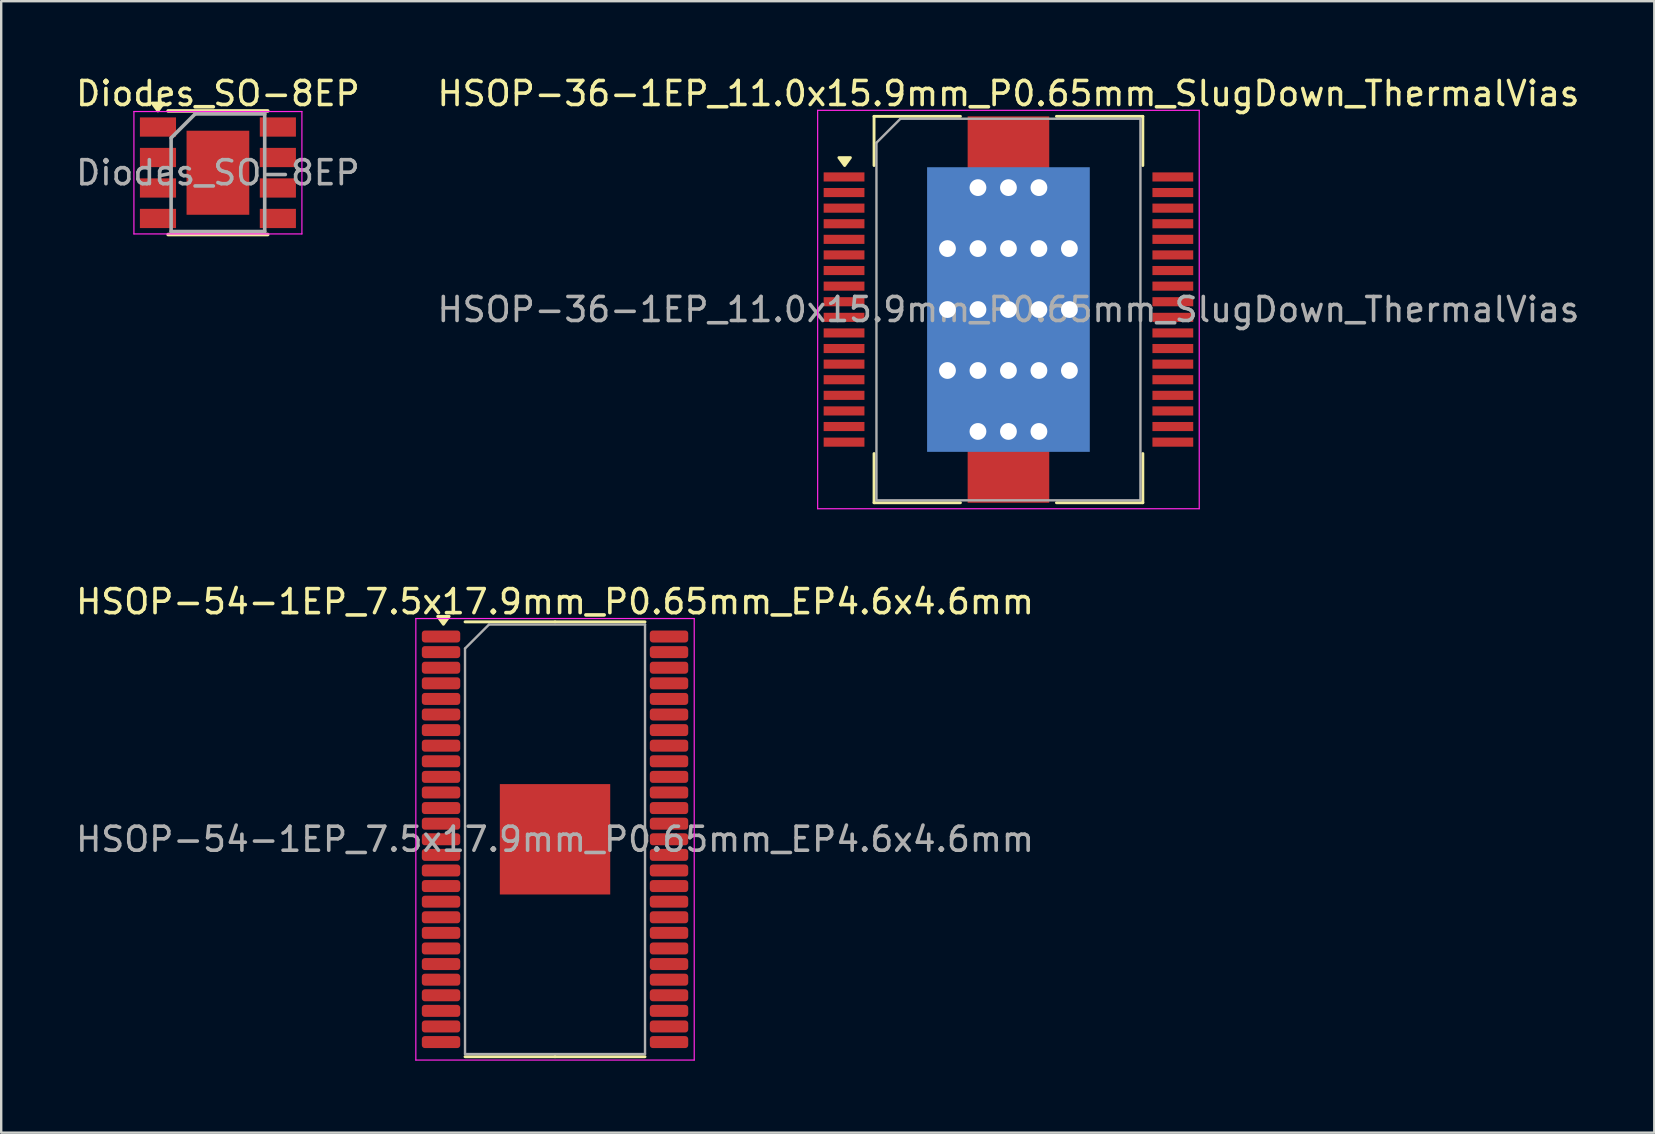
<source format=kicad_pcb>
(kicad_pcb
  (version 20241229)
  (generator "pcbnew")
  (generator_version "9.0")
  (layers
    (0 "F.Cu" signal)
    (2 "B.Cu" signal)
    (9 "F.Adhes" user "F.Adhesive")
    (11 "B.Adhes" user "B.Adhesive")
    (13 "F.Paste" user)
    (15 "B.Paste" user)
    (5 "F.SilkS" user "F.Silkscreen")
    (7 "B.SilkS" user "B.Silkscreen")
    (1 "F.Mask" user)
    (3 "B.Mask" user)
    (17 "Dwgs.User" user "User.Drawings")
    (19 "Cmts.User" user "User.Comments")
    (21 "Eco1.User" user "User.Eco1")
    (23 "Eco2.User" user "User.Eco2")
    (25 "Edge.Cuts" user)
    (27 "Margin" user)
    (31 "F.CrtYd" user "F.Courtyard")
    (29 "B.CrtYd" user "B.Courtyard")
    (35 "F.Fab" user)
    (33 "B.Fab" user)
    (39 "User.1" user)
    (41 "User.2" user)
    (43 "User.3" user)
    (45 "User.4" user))
  (footprint "HSOP-54-1EP_7.5x17.9mm_P0.65mm_EP4.6x4.6mm"
    (layer "F.Cu")
    (at 20.077 31.922)
    (property "Reference" "HSOP-54-1EP_7.5x17.9mm_P0.65mm_EP4.6x4.6mm" (at 0 -9.9 0) (layer "F.SilkS") (effects (font (size 1 1) (thickness 0.15))))
    (attr smd)
    (fp_line (start 0 -9.06) (end -3.75 -9.06) (stroke (width 0.12) (type solid)) (layer "F.SilkS"))
    (fp_line (start 0 -9.06) (end 3.75 -9.06) (stroke (width 0.12) (type solid)) (layer "F.SilkS"))
    (fp_line (start 0 9.06) (end -3.75 9.06) (stroke (width 0.12) (type solid)) (layer "F.SilkS"))
    (fp_line (start 0 9.06) (end 3.75 9.06) (stroke (width 0.12) (type solid)) (layer "F.SilkS"))
    (fp_poly (pts (xy -4.65 -8.96) (xy -4.89 -9.29) (xy -4.41 -9.29) (xy -4.65 -8.96)) (stroke (width 0.12) (type solid)) (fill yes) (layer "F.SilkS"))
    (fp_line (start -5.8 -9.2) (end -5.8 9.2) (stroke (width 0.05) (type solid)) (layer "F.CrtYd"))
    (fp_line (start -5.8 9.2) (end 5.8 9.2) (stroke (width 0.05) (type solid)) (layer "F.CrtYd"))
    (fp_line (start 5.8 -9.2) (end -5.8 -9.2) (stroke (width 0.05) (type solid)) (layer "F.CrtYd"))
    (fp_line (start 5.8 9.2) (end 5.8 -9.2) (stroke (width 0.05) (type solid)) (layer "F.CrtYd"))
    (fp_line (start -3.75 -7.95) (end -2.75 -8.95) (stroke (width 0.1) (type solid)) (layer "F.Fab"))
    (fp_line (start -3.75 8.95) (end -3.75 -7.95) (stroke (width 0.1) (type solid)) (layer "F.Fab"))
    (fp_line (start -2.75 -8.95) (end 3.75 -8.95) (stroke (width 0.1) (type solid)) (layer "F.Fab"))
    (fp_line (start 3.75 -8.95) (end 3.75 8.95) (stroke (width 0.1) (type solid)) (layer "F.Fab"))
    (fp_line (start 3.75 8.95) (end -3.75 8.95) (stroke (width 0.1) (type solid)) (layer "F.Fab"))
    (fp_text user "${REFERENCE}" (at 0 0 0) (layer "F.Fab") (effects (font (size 1 1) (thickness 0.15))))
    (pad "" smd roundrect (at -1.15 -1.15) (size 1.85 1.85) (layers "F.Paste") (roundrect_rratio 0.135))
    (pad "" smd roundrect (at -1.15 1.15) (size 1.85 1.85) (layers "F.Paste") (roundrect_rratio 0.135))
    (pad "" smd roundrect (at 1.15 -1.15) (size 1.85 1.85) (layers "F.Paste") (roundrect_rratio 0.135))
    (pad "" smd roundrect (at 1.15 1.15) (size 1.85 1.85) (layers "F.Paste") (roundrect_rratio 0.135))
    (pad "1" smd roundrect (at -4.75 -8.45) (size 1.6 0.5) (layers "F.Cu" "F.Mask" "F.Paste") (roundrect_rratio 0.25))
    (pad "2" smd roundrect (at -4.75 -7.8) (size 1.6 0.5) (layers "F.Cu" "F.Mask" "F.Paste") (roundrect_rratio 0.25))
    (pad "3" smd roundrect (at -4.75 -7.15) (size 1.6 0.5) (layers "F.Cu" "F.Mask" "F.Paste") (roundrect_rratio 0.25))
    (pad "4" smd roundrect (at -4.75 -6.5) (size 1.6 0.5) (layers "F.Cu" "F.Mask" "F.Paste") (roundrect_rratio 0.25))
    (pad "5" smd roundrect (at -4.75 -5.85) (size 1.6 0.5) (layers "F.Cu" "F.Mask" "F.Paste") (roundrect_rratio 0.25))
    (pad "6" smd roundrect (at -4.75 -5.2) (size 1.6 0.5) (layers "F.Cu" "F.Mask" "F.Paste") (roundrect_rratio 0.25))
    (pad "7" smd roundrect (at -4.75 -4.55) (size 1.6 0.5) (layers "F.Cu" "F.Mask" "F.Paste") (roundrect_rratio 0.25))
    (pad "8" smd roundrect (at -4.75 -3.9) (size 1.6 0.5) (layers "F.Cu" "F.Mask" "F.Paste") (roundrect_rratio 0.25))
    (pad "9" smd roundrect (at -4.75 -3.25) (size 1.6 0.5) (layers "F.Cu" "F.Mask" "F.Paste") (roundrect_rratio 0.25))
    (pad "10" smd roundrect (at -4.75 -2.6) (size 1.6 0.5) (layers "F.Cu" "F.Mask" "F.Paste") (roundrect_rratio 0.25))
    (pad "11" smd roundrect (at -4.75 -1.95) (size 1.6 0.5) (layers "F.Cu" "F.Mask" "F.Paste") (roundrect_rratio 0.25))
    (pad "12" smd roundrect (at -4.75 -1.3) (size 1.6 0.5) (layers "F.Cu" "F.Mask" "F.Paste") (roundrect_rratio 0.25))
    (pad "13" smd roundrect (at -4.75 -0.65) (size 1.6 0.5) (layers "F.Cu" "F.Mask" "F.Paste") (roundrect_rratio 0.25))
    (pad "14" smd roundrect (at -4.75 0) (size 1.6 0.5) (layers "F.Cu" "F.Mask" "F.Paste") (roundrect_rratio 0.25))
    (pad "15" smd roundrect (at -4.75 0.65) (size 1.6 0.5) (layers "F.Cu" "F.Mask" "F.Paste") (roundrect_rratio 0.25))
    (pad "16" smd roundrect (at -4.75 1.3) (size 1.6 0.5) (layers "F.Cu" "F.Mask" "F.Paste") (roundrect_rratio 0.25))
    (pad "17" smd roundrect (at -4.75 1.95) (size 1.6 0.5) (layers "F.Cu" "F.Mask" "F.Paste") (roundrect_rratio 0.25))
    (pad "18" smd roundrect (at -4.75 2.6) (size 1.6 0.5) (layers "F.Cu" "F.Mask" "F.Paste") (roundrect_rratio 0.25))
    (pad "19" smd roundrect (at -4.75 3.25) (size 1.6 0.5) (layers "F.Cu" "F.Mask" "F.Paste") (roundrect_rratio 0.25))
    (pad "20" smd roundrect (at -4.75 3.9) (size 1.6 0.5) (layers "F.Cu" "F.Mask" "F.Paste") (roundrect_rratio 0.25))
    (pad "21" smd roundrect (at -4.75 4.55) (size 1.6 0.5) (layers "F.Cu" "F.Mask" "F.Paste") (roundrect_rratio 0.25))
    (pad "22" smd roundrect (at -4.75 5.2) (size 1.6 0.5) (layers "F.Cu" "F.Mask" "F.Paste") (roundrect_rratio 0.25))
    (pad "23" smd roundrect (at -4.75 5.85) (size 1.6 0.5) (layers "F.Cu" "F.Mask" "F.Paste") (roundrect_rratio 0.25))
    (pad "24" smd roundrect (at -4.75 6.5) (size 1.6 0.5) (layers "F.Cu" "F.Mask" "F.Paste") (roundrect_rratio 0.25))
    (pad "25" smd roundrect (at -4.75 7.15) (size 1.6 0.5) (layers "F.Cu" "F.Mask" "F.Paste") (roundrect_rratio 0.25))
    (pad "26" smd roundrect (at -4.75 7.8) (size 1.6 0.5) (layers "F.Cu" "F.Mask" "F.Paste") (roundrect_rratio 0.25))
    (pad "27" smd roundrect (at -4.75 8.45) (size 1.6 0.5) (layers "F.Cu" "F.Mask" "F.Paste") (roundrect_rratio 0.25))
    (pad "28" smd roundrect (at 4.75 8.45) (size 1.6 0.5) (layers "F.Cu" "F.Mask" "F.Paste") (roundrect_rratio 0.25))
    (pad "29" smd roundrect (at 4.75 7.8) (size 1.6 0.5) (layers "F.Cu" "F.Mask" "F.Paste") (roundrect_rratio 0.25))
    (pad "30" smd roundrect (at 4.75 7.15) (size 1.6 0.5) (layers "F.Cu" "F.Mask" "F.Paste") (roundrect_rratio 0.25))
    (pad "31" smd roundrect (at 4.75 6.5) (size 1.6 0.5) (layers "F.Cu" "F.Mask" "F.Paste") (roundrect_rratio 0.25))
    (pad "32" smd roundrect (at 4.75 5.85) (size 1.6 0.5) (layers "F.Cu" "F.Mask" "F.Paste") (roundrect_rratio 0.25))
    (pad "33" smd roundrect (at 4.75 5.2) (size 1.6 0.5) (layers "F.Cu" "F.Mask" "F.Paste") (roundrect_rratio 0.25))
    (pad "34" smd roundrect (at 4.75 4.55) (size 1.6 0.5) (layers "F.Cu" "F.Mask" "F.Paste") (roundrect_rratio 0.25))
    (pad "35" smd roundrect (at 4.75 3.9) (size 1.6 0.5) (layers "F.Cu" "F.Mask" "F.Paste") (roundrect_rratio 0.25))
    (pad "36" smd roundrect (at 4.75 3.25) (size 1.6 0.5) (layers "F.Cu" "F.Mask" "F.Paste") (roundrect_rratio 0.25))
    (pad "37" smd roundrect (at 4.75 2.6) (size 1.6 0.5) (layers "F.Cu" "F.Mask" "F.Paste") (roundrect_rratio 0.25))
    (pad "38" smd roundrect (at 4.75 1.95) (size 1.6 0.5) (layers "F.Cu" "F.Mask" "F.Paste") (roundrect_rratio 0.25))
    (pad "39" smd roundrect (at 4.75 1.3) (size 1.6 0.5) (layers "F.Cu" "F.Mask" "F.Paste") (roundrect_rratio 0.25))
    (pad "40" smd roundrect (at 4.75 0.65) (size 1.6 0.5) (layers "F.Cu" "F.Mask" "F.Paste") (roundrect_rratio 0.25))
    (pad "41" smd roundrect (at 4.75 0) (size 1.6 0.5) (layers "F.Cu" "F.Mask" "F.Paste") (roundrect_rratio 0.25))
    (pad "42" smd roundrect (at 4.75 -0.65) (size 1.6 0.5) (layers "F.Cu" "F.Mask" "F.Paste") (roundrect_rratio 0.25))
    (pad "43" smd roundrect (at 4.75 -1.3) (size 1.6 0.5) (layers "F.Cu" "F.Mask" "F.Paste") (roundrect_rratio 0.25))
    (pad "44" smd roundrect (at 4.75 -1.95) (size 1.6 0.5) (layers "F.Cu" "F.Mask" "F.Paste") (roundrect_rratio 0.25))
    (pad "45" smd roundrect (at 4.75 -2.6) (size 1.6 0.5) (layers "F.Cu" "F.Mask" "F.Paste") (roundrect_rratio 0.25))
    (pad "46" smd roundrect (at 4.75 -3.25) (size 1.6 0.5) (layers "F.Cu" "F.Mask" "F.Paste") (roundrect_rratio 0.25))
    (pad "47" smd roundrect (at 4.75 -3.9) (size 1.6 0.5) (layers "F.Cu" "F.Mask" "F.Paste") (roundrect_rratio 0.25))
    (pad "48" smd roundrect (at 4.75 -4.55) (size 1.6 0.5) (layers "F.Cu" "F.Mask" "F.Paste") (roundrect_rratio 0.25))
    (pad "49" smd roundrect (at 4.75 -5.2) (size 1.6 0.5) (layers "F.Cu" "F.Mask" "F.Paste") (roundrect_rratio 0.25))
    (pad "50" smd roundrect (at 4.75 -5.85) (size 1.6 0.5) (layers "F.Cu" "F.Mask" "F.Paste") (roundrect_rratio 0.25))
    (pad "51" smd roundrect (at 4.75 -6.5) (size 1.6 0.5) (layers "F.Cu" "F.Mask" "F.Paste") (roundrect_rratio 0.25))
    (pad "52" smd roundrect (at 4.75 -7.15) (size 1.6 0.5) (layers "F.Cu" "F.Mask" "F.Paste") (roundrect_rratio 0.25))
    (pad "53" smd roundrect (at 4.75 -7.8) (size 1.6 0.5) (layers "F.Cu" "F.Mask" "F.Paste") (roundrect_rratio 0.25))
    (pad "54" smd roundrect (at 4.75 -8.45) (size 1.6 0.5) (layers "F.Cu" "F.Mask" "F.Paste") (roundrect_rratio 0.25))
    (pad "55" smd rect (at 0 0) (size 4.6 4.6) (property pad_prop_heatsink) (layers "F.Cu" "F.Mask")))
  (footprint "Diodes_SO-8EP"
    (layer "F.Cu")
    (at 6.03 4.148)
    (property "Reference" "Diodes_SO-8EP" (at 0 -3.3 0) (layer "F.SilkS") (effects (font (size 1 1) (thickness 0.15))))
    (attr smd)
    (fp_line (start -2.075 -2.575) (end 2.075 -2.575) (stroke (width 0.15) (type solid)) (layer "F.SilkS"))
    (fp_line (start -2.075 2.575) (end 2.075 2.575) (stroke (width 0.15) (type solid)) (layer "F.SilkS"))
    (fp_poly (pts (xy -2.5 -2.575) (xy -2.74 -2.905) (xy -2.26 -2.905) (xy -2.5 -2.575)) (stroke (width 0.12) (type solid)) (fill yes) (layer "F.SilkS"))
    (fp_line (start -3.5 -2.55) (end -3.5 2.55) (stroke (width 0.05) (type solid)) (layer "F.CrtYd"))
    (fp_line (start -3.5 -2.55) (end 3.5 -2.55) (stroke (width 0.05) (type solid)) (layer "F.CrtYd"))
    (fp_line (start -3.5 2.55) (end 3.5 2.55) (stroke (width 0.05) (type solid)) (layer "F.CrtYd"))
    (fp_line (start 3.5 -2.55) (end 3.5 2.55) (stroke (width 0.05) (type solid)) (layer "F.CrtYd"))
    (fp_line (start -1.95 -1.45) (end -0.95 -2.45) (stroke (width 0.15) (type solid)) (layer "F.Fab"))
    (fp_line (start -1.95 2.45) (end -1.95 -1.45) (stroke (width 0.15) (type solid)) (layer "F.Fab"))
    (fp_line (start -0.95 -2.45) (end 1.95 -2.45) (stroke (width 0.15) (type solid)) (layer "F.Fab"))
    (fp_line (start 1.95 -2.45) (end 1.95 2.45) (stroke (width 0.15) (type solid)) (layer "F.Fab"))
    (fp_line (start 1.95 2.45) (end -1.95 2.45) (stroke (width 0.15) (type solid)) (layer "F.Fab"))
    (fp_text user "${REFERENCE}" (at 0 0 0) (layer "F.Fab") (effects (font (size 1 1) (thickness 0.15))))
    (pad "1" smd rect (at -2.498 -1.905) (size 1.505 0.802) (layers "F.Cu" "F.Mask" "F.Paste"))
    (pad "2" smd rect (at -2.498 -0.635) (size 1.505 0.802) (layers "F.Cu" "F.Mask" "F.Paste"))
    (pad "3" smd rect (at -2.498 0.635) (size 1.505 0.802) (layers "F.Cu" "F.Mask" "F.Paste"))
    (pad "4" smd rect (at -2.498 1.905) (size 1.505 0.802) (layers "F.Cu" "F.Mask" "F.Paste"))
    (pad "5" smd rect (at 2.498 1.905) (size 1.505 0.802) (layers "F.Cu" "F.Mask" "F.Paste"))
    (pad "6" smd rect (at 2.498 0.635) (size 1.505 0.802) (layers "F.Cu" "F.Mask" "F.Paste"))
    (pad "7" smd rect (at 2.498 -0.635) (size 1.505 0.802) (layers "F.Cu" "F.Mask" "F.Paste"))
    (pad "8" smd rect (at 2.498 -1.905) (size 1.505 0.802) (layers "F.Cu" "F.Mask" "F.Paste"))
    (pad "9" smd rect (at 0 0) (size 2.613 3.502) (layers "F.Cu" "F.Mask" "F.Paste")))
  (footprint "HSOP-36-1EP_11.0x15.9mm_P0.65mm_SlugDown_ThermalVias"
    (layer "F.Cu")
    (at 38.97 9.848)
    (property "Reference" "HSOP-36-1EP_11.0x15.9mm_P0.65mm_SlugDown_ThermalVias" (at 0 -9 0) (layer "F.SilkS") (effects (font (size 1 1) (thickness 0.15))))
    (attr smd)
    (fp_line (start -5.6 -8.05) (end -5.6 -6) (stroke (width 0.12) (type solid)) (layer "F.SilkS"))
    (fp_line (start -5.6 8.05) (end -5.6 6) (stroke (width 0.12) (type solid)) (layer "F.SilkS"))
    (fp_line (start -2 -8.05) (end -5.6 -8.05) (stroke (width 0.12) (type solid)) (layer "F.SilkS"))
    (fp_line (start -2 8.05) (end -5.6 8.05) (stroke (width 0.12) (type solid)) (layer "F.SilkS"))
    (fp_line (start 5.6 -8.05) (end 2 -8.05) (stroke (width 0.12) (type solid)) (layer "F.SilkS"))
    (fp_line (start 5.6 -8.05) (end 5.6 -6) (stroke (width 0.12) (type solid)) (layer "F.SilkS"))
    (fp_line (start 5.6 8.05) (end 2 8.05) (stroke (width 0.12) (type solid)) (layer "F.SilkS"))
    (fp_line (start 5.6 8.05) (end 5.6 6) (stroke (width 0.12) (type solid)) (layer "F.SilkS"))
    (fp_poly (pts (xy -6.825 -6) (xy -7.065 -6.33) (xy -6.585 -6.33) (xy -6.825 -6)) (stroke (width 0.12) (type solid)) (fill yes) (layer "F.SilkS"))
    (fp_line (start -7.95 -8.3) (end -7.95 8.3) (stroke (width 0.05) (type solid)) (layer "F.CrtYd"))
    (fp_line (start -7.95 -8.3) (end 7.95 -8.3) (stroke (width 0.05) (type solid)) (layer "F.CrtYd"))
    (fp_line (start 7.95 8.3) (end -7.95 8.3) (stroke (width 0.05) (type solid)) (layer "F.CrtYd"))
    (fp_line (start 7.95 8.3) (end 7.95 -8.3) (stroke (width 0.05) (type solid)) (layer "F.CrtYd"))
    (fp_line (start -5.5 -6.95) (end -5.5 7.95) (stroke (width 0.1) (type solid)) (layer "F.Fab"))
    (fp_line (start -5.5 7.95) (end 5.5 7.95) (stroke (width 0.1) (type solid)) (layer "F.Fab"))
    (fp_line (start -4.5 -7.95) (end -5.5 -6.95) (stroke (width 0.1) (type solid)) (layer "F.Fab"))
    (fp_line (start 5.5 -7.95) (end -4.5 -7.95) (stroke (width 0.1) (type solid)) (layer "F.Fab"))
    (fp_line (start 5.5 7.95) (end 5.5 -7.95) (stroke (width 0.1) (type solid)) (layer "F.Fab"))
    (fp_text user "${REFERENCE}" (at 0 0 0) (layer "F.Fab") (effects (font (size 1 1) (thickness 0.15))))
    (pad "1" smd rect (at -6.85 -5.525) (size 1.7 0.38) (layers "F.Cu" "F.Mask" "F.Paste"))
    (pad "2" smd rect (at -6.85 -4.875) (size 1.7 0.38) (layers "F.Cu" "F.Mask" "F.Paste"))
    (pad "3" smd rect (at -6.85 -4.225) (size 1.7 0.38) (layers "F.Cu" "F.Mask" "F.Paste"))
    (pad "4" smd rect (at -6.85 -3.575) (size 1.7 0.38) (layers "F.Cu" "F.Mask" "F.Paste"))
    (pad "5" smd rect (at -6.85 -2.925) (size 1.7 0.38) (layers "F.Cu" "F.Mask" "F.Paste"))
    (pad "6" smd rect (at -6.85 -2.275) (size 1.7 0.38) (layers "F.Cu" "F.Mask" "F.Paste"))
    (pad "7" smd rect (at -6.85 -1.625) (size 1.7 0.38) (layers "F.Cu" "F.Mask" "F.Paste"))
    (pad "8" smd rect (at -6.85 -0.975) (size 1.7 0.38) (layers "F.Cu" "F.Mask" "F.Paste"))
    (pad "9" smd rect (at -6.85 -0.325) (size 1.7 0.38) (layers "F.Cu" "F.Mask" "F.Paste"))
    (pad "10" smd rect (at -6.85 0.325) (size 1.7 0.38) (layers "F.Cu" "F.Mask" "F.Paste"))
    (pad "11" smd rect (at -6.85 0.975) (size 1.7 0.38) (layers "F.Cu" "F.Mask" "F.Paste"))
    (pad "12" smd rect (at -6.85 1.625) (size 1.7 0.38) (layers "F.Cu" "F.Mask" "F.Paste"))
    (pad "13" smd rect (at -6.85 2.275) (size 1.7 0.38) (layers "F.Cu" "F.Mask" "F.Paste"))
    (pad "14" smd rect (at -6.85 2.925) (size 1.7 0.38) (layers "F.Cu" "F.Mask" "F.Paste"))
    (pad "15" smd rect (at -6.85 3.575) (size 1.7 0.38) (layers "F.Cu" "F.Mask" "F.Paste"))
    (pad "16" smd rect (at -6.85 4.225) (size 1.7 0.38) (layers "F.Cu" "F.Mask" "F.Paste"))
    (pad "17" smd rect (at -6.85 4.875) (size 1.7 0.38) (layers "F.Cu" "F.Mask" "F.Paste"))
    (pad "18" smd rect (at -6.85 5.525) (size 1.7 0.38) (layers "F.Cu" "F.Mask" "F.Paste"))
    (pad "19" smd rect (at 6.85 5.525) (size 1.7 0.38) (layers "F.Cu" "F.Mask" "F.Paste"))
    (pad "20" smd rect (at 6.85 4.875) (size 1.7 0.38) (layers "F.Cu" "F.Mask" "F.Paste"))
    (pad "21" smd rect (at 6.85 4.225) (size 1.7 0.38) (layers "F.Cu" "F.Mask" "F.Paste"))
    (pad "22" smd rect (at 6.85 3.575) (size 1.7 0.38) (layers "F.Cu" "F.Mask" "F.Paste"))
    (pad "23" smd rect (at 6.85 2.925) (size 1.7 0.38) (layers "F.Cu" "F.Mask" "F.Paste"))
    (pad "24" smd rect (at 6.85 2.275) (size 1.7 0.38) (layers "F.Cu" "F.Mask" "F.Paste"))
    (pad "25" smd rect (at 6.85 1.625) (size 1.7 0.38) (layers "F.Cu" "F.Mask" "F.Paste"))
    (pad "26" smd rect (at 6.85 0.975) (size 1.7 0.38) (layers "F.Cu" "F.Mask" "F.Paste"))
    (pad "27" smd rect (at 6.85 0.325) (size 1.7 0.38) (layers "F.Cu" "F.Mask" "F.Paste"))
    (pad "28" smd rect (at 6.85 -0.325) (size 1.7 0.38) (layers "F.Cu" "F.Mask" "F.Paste"))
    (pad "29" smd rect (at 6.85 -0.975) (size 1.7 0.38) (layers "F.Cu" "F.Mask" "F.Paste"))
    (pad "30" smd rect (at 6.85 -1.625) (size 1.7 0.38) (layers "F.Cu" "F.Mask" "F.Paste"))
    (pad "31" smd rect (at 6.85 -2.275) (size 1.7 0.38) (layers "F.Cu" "F.Mask" "F.Paste"))
    (pad "32" smd rect (at 6.85 -2.925) (size 1.7 0.38) (layers "F.Cu" "F.Mask" "F.Paste"))
    (pad "33" smd rect (at 6.85 -3.575) (size 1.7 0.38) (layers "F.Cu" "F.Mask" "F.Paste"))
    (pad "34" smd rect (at 6.85 -4.225) (size 1.7 0.38) (layers "F.Cu" "F.Mask" "F.Paste"))
    (pad "35" smd rect (at 6.85 -4.875) (size 1.7 0.38) (layers "F.Cu" "F.Mask" "F.Paste"))
    (pad "36" smd rect (at 6.85 -5.525) (size 1.7 0.38) (layers "F.Cu" "F.Mask" "F.Paste"))
    (pad "37" thru_hole circle (at -2.54 -2.54) (size 1 1) (drill 0.7) (layers "*.Cu"))
    (pad "37" thru_hole circle (at -2.54 0) (size 1 1) (drill 0.7) (layers "*.Cu"))
    (pad "37" thru_hole circle (at -2.54 2.54) (size 1 1) (drill 0.7) (layers "*.Cu"))
    (pad "37" thru_hole circle (at -1.27 -5.08) (size 1 1) (drill 0.7) (layers "*.Cu"))
    (pad "37" thru_hole circle (at -1.27 -2.54) (size 1 1) (drill 0.7) (layers "*.Cu"))
    (pad "37" thru_hole circle (at -1.27 0) (size 1 1) (drill 0.7) (layers "*.Cu"))
    (pad "37" thru_hole circle (at -1.27 2.54) (size 1 1) (drill 0.7) (layers "*.Cu"))
    (pad "37" thru_hole circle (at -1.27 5.08) (size 1 1) (drill 0.7) (layers "*.Cu"))
    (pad "37" smd rect (at 0 -6.843) (size 3.4 2.415) (layers "F.Cu" "F.Mask" "F.Paste"))
    (pad "37" thru_hole circle (at 0 -5.08) (size 1 1) (drill 0.7) (layers "*.Cu"))
    (pad "37" thru_hole circle (at 0 -2.54) (size 1 1) (drill 0.7) (layers "*.Cu"))
    (pad "37" thru_hole circle (at 0 0) (size 1 1) (drill 0.7) (layers "*.Cu"))
    (pad "37" smd rect (at 0 0) (size 6.4 11.27) (layers "F.Cu" "F.Mask" "F.Paste"))
    (pad "37" smd rect (at 0 0) (size 6.78 11.86) (layers "B.Cu"))
    (pad "37" thru_hole circle (at 0 2.54) (size 1 1) (drill 0.7) (layers "*.Cu"))
    (pad "37" thru_hole circle (at 0 5.08) (size 1 1) (drill 0.7) (layers "*.Cu"))
    (pad "37" smd rect (at 0 6.843) (size 3.4 2.415) (layers "F.Cu" "F.Mask" "F.Paste"))
    (pad "37" thru_hole circle (at 1.27 -5.08) (size 1 1) (drill 0.7) (layers "*.Cu"))
    (pad "37" thru_hole circle (at 1.27 -2.54) (size 1 1) (drill 0.7) (layers "*.Cu"))
    (pad "37" thru_hole circle (at 1.27 0) (size 1 1) (drill 0.7) (layers "*.Cu"))
    (pad "37" thru_hole circle (at 1.27 2.54) (size 1 1) (drill 0.7) (layers "*.Cu"))
    (pad "37" thru_hole circle (at 1.27 5.08) (size 1 1) (drill 0.7) (layers "*.Cu"))
    (pad "37" thru_hole circle (at 2.54 -2.54) (size 1 1) (drill 0.7) (layers "*.Cu"))
    (pad "37" thru_hole circle (at 2.54 0) (size 1 1) (drill 0.7) (layers "*.Cu"))
    (pad "37" thru_hole circle (at 2.54 2.54) (size 1 1) (drill 0.7) (layers "*.Cu")))
  (gr_rect
    (start -3 -3)
    (end 65.881 44.147)
    (stroke (width 0.1) (type default))
    (fill no)
    (layer "Edge.Cuts")))
</source>
